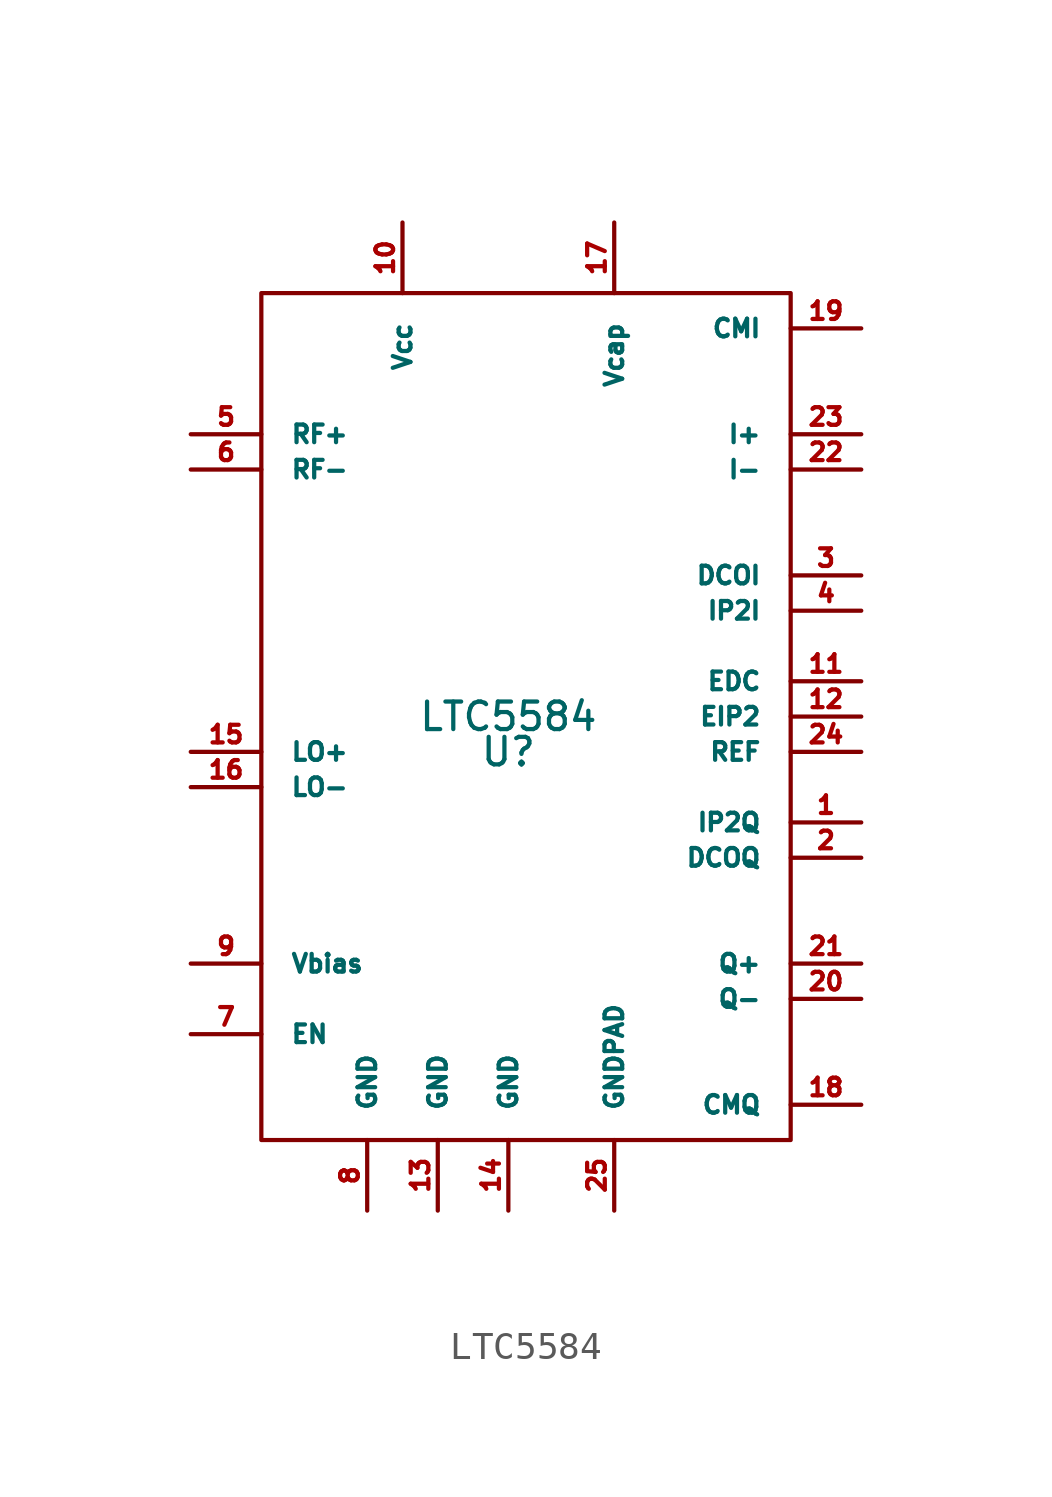
<source format=kicad_sym>
(kicad_symbol_lib
  (version 20220914)
  (generator kicad_symbol_editor)
  (symbol "LTC5584"
    (pin_names
      (offset 1.016))
    (property "Reference" "U"
      (at 0 1.27 0)
      (effects (font (size 0.991 0.991))))
    (property "Value" "LTC5584"
      (at 0 2.54 0)
      (effects (font (size 0.991 0.991))))
    (symbol "LTC5584_0_1"
      (rectangle (start -8.89 17.78) (end 10.16 -12.7) (stroke (width 0) (type solid)) (fill (type none))))
    (symbol "LTC5584_1_1"
      (pin input line (at 12.7 -1.27 180) (length 2.54) (name "IP2Q" (effects (font (size 0.635 0.635)))) (number "1" (effects (font (size 0.635 0.635)))))
      (pin power_in line (at -3.81 20.32 270) (length 2.54) (name "Vcc" (effects (font (size 0.635 0.635)))) (number "10" (effects (font (size 0.635 0.635)))))
      (pin input line (at 12.7 3.81 180) (length 2.54) (name "EDC" (effects (font (size 0.635 0.635)))) (number "11" (effects (font (size 0.635 0.635)))))
      (pin input line (at 12.7 2.54 180) (length 2.54) (name "EIP2" (effects (font (size 0.635 0.635)))) (number "12" (effects (font (size 0.635 0.635)))))
      (pin power_in line (at -2.54 -15.24 90) (length 2.54) (name "GND" (effects (font (size 0.635 0.635)))) (number "13" (effects (font (size 0.635 0.635)))))
      (pin power_in line (at 0 -15.24 90) (length 2.54) (name "GND" (effects (font (size 0.635 0.635)))) (number "14" (effects (font (size 0.635 0.635)))))
      (pin input line (at -11.43 1.27 0) (length 2.54) (name "LO+" (effects (font (size 0.635 0.635)))) (number "15" (effects (font (size 0.635 0.635)))))
      (pin input line (at -11.43 0 0) (length 2.54) (name "LO-" (effects (font (size 0.635 0.635)))) (number "16" (effects (font (size 0.635 0.635)))))
      (pin power_in line (at 3.81 20.32 270) (length 2.54) (name "Vcap" (effects (font (size 0.635 0.635)))) (number "17" (effects (font (size 0.635 0.635)))))
      (pin power_out line (at 12.7 -11.43 180) (length 2.54) (name "CMQ" (effects (font (size 0.635 0.635)))) (number "18" (effects (font (size 0.635 0.635)))))
      (pin power_out line (at 12.7 16.51 180) (length 2.54) (name "CMI" (effects (font (size 0.635 0.635)))) (number "19" (effects (font (size 0.635 0.635)))))
      (pin input line (at 12.7 -2.54 180) (length 2.54) (name "DCOQ" (effects (font (size 0.635 0.635)))) (number "2" (effects (font (size 0.635 0.635)))))
      (pin output line (at 12.7 -7.62 180) (length 2.54) (name "Q-" (effects (font (size 0.635 0.635)))) (number "20" (effects (font (size 0.635 0.635)))))
      (pin output line (at 12.7 -6.35 180) (length 2.54) (name "Q+" (effects (font (size 0.635 0.635)))) (number "21" (effects (font (size 0.635 0.635)))))
      (pin output line (at 12.7 11.43 180) (length 2.54) (name "I-" (effects (font (size 0.635 0.635)))) (number "22" (effects (font (size 0.635 0.635)))))
      (pin output line (at 12.7 12.7 180) (length 2.54) (name "I+" (effects (font (size 0.635 0.635)))) (number "23" (effects (font (size 0.635 0.635)))))
      (pin input line (at 12.7 1.27 180) (length 2.54) (name "REF" (effects (font (size 0.635 0.635)))) (number "24" (effects (font (size 0.635 0.635)))))
      (pin power_in line (at 3.81 -15.24 90) (length 2.54) (name "GNDPAD" (effects (font (size 0.635 0.635)))) (number "25" (effects (font (size 0.635 0.635)))))
      (pin input line (at 12.7 7.62 180) (length 2.54) (name "DCOI" (effects (font (size 0.635 0.635)))) (number "3" (effects (font (size 0.635 0.635)))))
      (pin input line (at 12.7 6.35 180) (length 2.54) (name "IP2I" (effects (font (size 0.635 0.635)))) (number "4" (effects (font (size 0.635 0.635)))))
      (pin input line (at -11.43 12.7 0) (length 2.54) (name "RF+" (effects (font (size 0.635 0.635)))) (number "5" (effects (font (size 0.635 0.635)))))
      (pin input line (at -11.43 11.43 0) (length 2.54) (name "RF-" (effects (font (size 0.635 0.635)))) (number "6" (effects (font (size 0.635 0.635)))))
      (pin input line (at -11.43 -8.89 0) (length 2.54) (name "EN" (effects (font (size 0.635 0.635)))) (number "7" (effects (font (size 0.635 0.635)))))
      (pin power_in line (at -5.08 -15.24 90) (length 2.54) (name "GND" (effects (font (size 0.635 0.635)))) (number "8" (effects (font (size 0.635 0.635)))))
      (pin input line (at -11.43 -6.35 0) (length 2.54) (name "Vbias" (effects (font (size 0.635 0.635)))) (number "9" (effects (font (size 0.635 0.635))))))))
</source>
